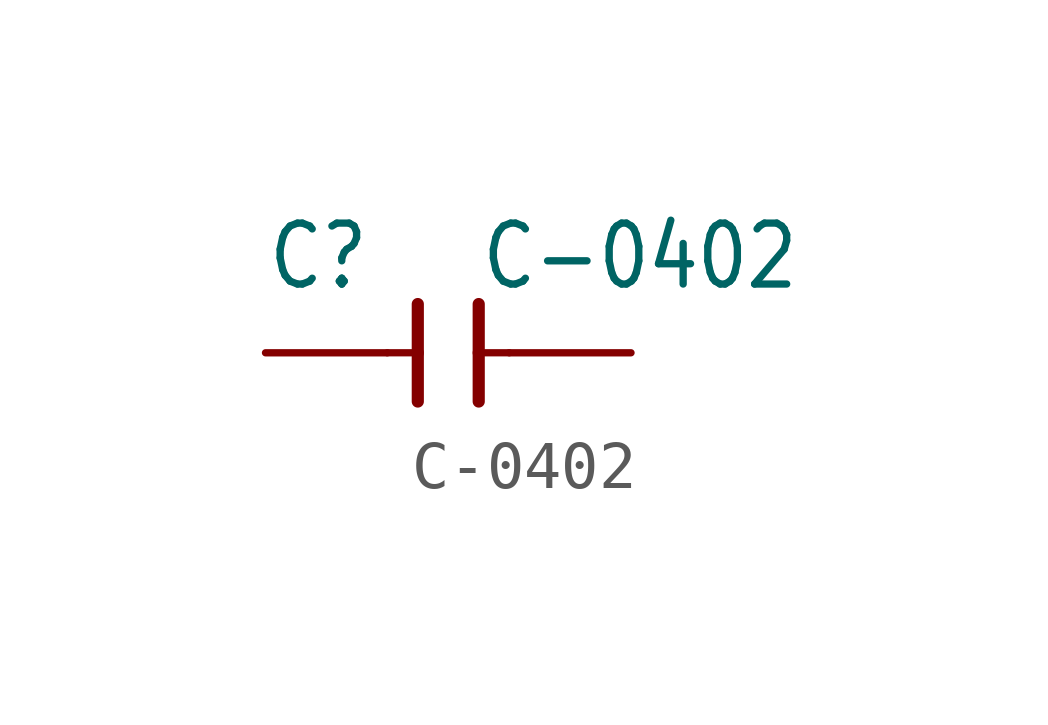
<source format=kicad_sym>
(kicad_symbol_lib
  (version 20211014)
  (generator kicad_symbol_editor)
  (symbol "C-0402"
    (property "Reference" "C"
      (at -3.81 1.27 0)
      (effects (font (size 1.27 1.079)) (justify left bottom)))
    (property "Value" "C-0402"
      (at 0.635 1.27 0)
      (effects (font (size 1.27 1.079)) (justify left bottom)))
    (property "ki_locked" ""
      (at 0 0 0)
      (effects (font (size 1.27 1.27))))
    (symbol "C-0402_1_0"
      (polyline (pts (xy -1.27 0) (xy -0.635 0)) (stroke (width 0.152) (type default) (color 0 0 0 0)) (fill (type none)))
      (polyline (pts (xy -0.635 -1.016) (xy -0.635 0)) (stroke (width 0.254) (type default) (color 0 0 0 0)) (fill (type none)))
      (polyline (pts (xy -0.635 0) (xy -0.635 1.016)) (stroke (width 0.254) (type default) (color 0 0 0 0)) (fill (type none)))
      (polyline (pts (xy 0.635 0) (xy 0.635 -1.016)) (stroke (width 0.254) (type default) (color 0 0 0 0)) (fill (type none)))
      (polyline (pts (xy 0.635 0) (xy 1.27 0)) (stroke (width 0.152) (type default) (color 0 0 0 0)) (fill (type none)))
      (polyline (pts (xy 0.635 1.016) (xy 0.635 0)) (stroke (width 0.254) (type default) (color 0 0 0 0)) (fill (type none)))
      (pin passive line (at -3.81 0 0) (length 2.54) (name "1" (effects (font (size 0 0)))) (number "1" (effects (font (size 0 0)))))
      (pin passive line (at 3.81 0 180) (length 2.54) (name "2" (effects (font (size 0 0)))) (number "2" (effects (font (size 0 0))))))))
</source>
